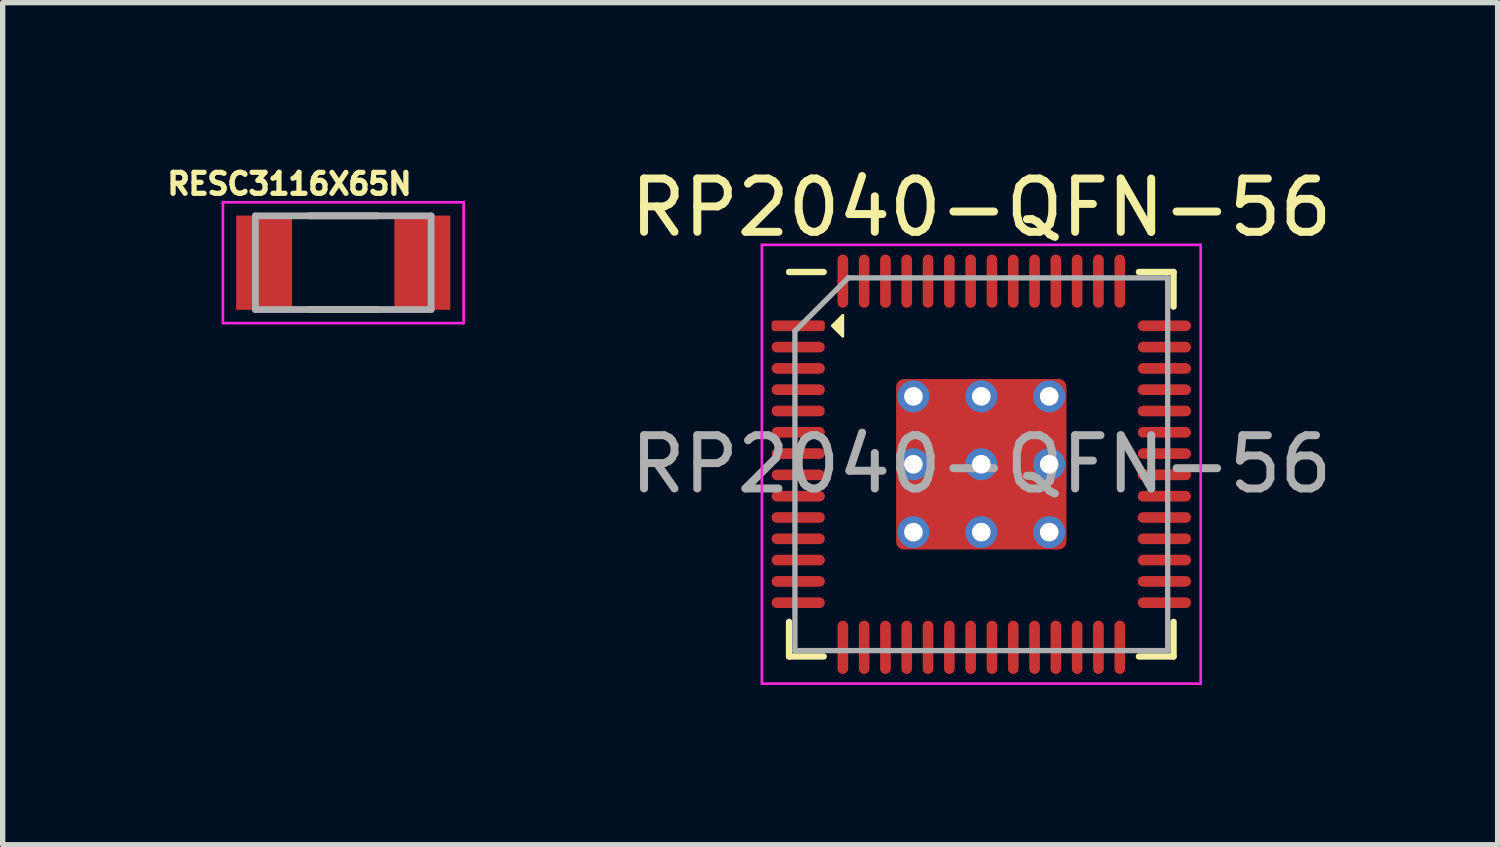
<source format=kicad_pcb>
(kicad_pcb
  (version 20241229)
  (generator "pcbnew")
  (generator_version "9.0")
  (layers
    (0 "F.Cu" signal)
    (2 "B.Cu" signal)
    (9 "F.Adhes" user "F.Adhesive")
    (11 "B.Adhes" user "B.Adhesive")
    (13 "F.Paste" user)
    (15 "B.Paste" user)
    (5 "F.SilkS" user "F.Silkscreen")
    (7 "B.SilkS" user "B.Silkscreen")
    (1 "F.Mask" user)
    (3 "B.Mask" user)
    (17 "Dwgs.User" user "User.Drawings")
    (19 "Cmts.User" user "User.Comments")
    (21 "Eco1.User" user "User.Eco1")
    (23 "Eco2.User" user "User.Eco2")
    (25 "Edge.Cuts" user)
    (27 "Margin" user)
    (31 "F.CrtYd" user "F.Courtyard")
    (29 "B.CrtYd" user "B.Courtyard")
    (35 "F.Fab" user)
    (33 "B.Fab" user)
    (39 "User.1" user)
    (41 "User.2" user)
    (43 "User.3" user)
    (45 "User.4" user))
  (footprint "RP2040-QFN-56"
    (layer "F.Cu")
    (at 15.378 5.668)
    (property "Reference" "RP2040-QFN-56" (at 0 -4.82 0) (layer "F.SilkS") (effects (font (size 1 1) (thickness 0.15))))
    (attr smd)
    (fp_line (start -3.61 3.61) (end -3.61 2.96) (stroke (width 0.12) (type solid)) (layer "F.SilkS"))
    (fp_line (start -2.96 -3.61) (end -3.61 -3.61) (stroke (width 0.12) (type solid)) (layer "F.SilkS"))
    (fp_line (start -2.96 3.61) (end -3.61 3.61) (stroke (width 0.12) (type solid)) (layer "F.SilkS"))
    (fp_line (start 2.96 -3.61) (end 3.61 -3.61) (stroke (width 0.12) (type solid)) (layer "F.SilkS"))
    (fp_line (start 2.96 3.61) (end 3.61 3.61) (stroke (width 0.12) (type solid)) (layer "F.SilkS"))
    (fp_line (start 3.61 -3.61) (end 3.61 -2.96) (stroke (width 0.12) (type solid)) (layer "F.SilkS"))
    (fp_line (start 3.61 3.61) (end 3.61 2.96) (stroke (width 0.12) (type solid)) (layer "F.SilkS"))
    (fp_poly (pts (xy -2.8 -2.6) (xy -2.6 -2.8) (xy -2.6 -2.4)) (stroke (width 0.05) (type solid)) (fill yes) (layer "F.SilkS"))
    (fp_line (start -4.12 -4.12) (end -4.12 4.12) (stroke (width 0.05) (type solid)) (layer "F.CrtYd"))
    (fp_line (start -4.12 4.12) (end 4.12 4.12) (stroke (width 0.05) (type solid)) (layer "F.CrtYd"))
    (fp_line (start 4.12 -4.12) (end -4.12 -4.12) (stroke (width 0.05) (type solid)) (layer "F.CrtYd"))
    (fp_line (start 4.12 4.12) (end 4.12 -4.12) (stroke (width 0.05) (type solid)) (layer "F.CrtYd"))
    (fp_line (start -3.5 -2.5) (end -2.5 -3.5) (stroke (width 0.1) (type solid)) (layer "F.Fab"))
    (fp_line (start -3.5 3.5) (end -3.5 -2.5) (stroke (width 0.1) (type solid)) (layer "F.Fab"))
    (fp_line (start -2.5 -3.5) (end 3.5 -3.5) (stroke (width 0.1) (type solid)) (layer "F.Fab"))
    (fp_line (start 3.5 -3.5) (end 3.5 3.5) (stroke (width 0.1) (type solid)) (layer "F.Fab"))
    (fp_line (start 3.5 3.5) (end -3.5 3.5) (stroke (width 0.1) (type solid)) (layer "F.Fab"))
    (fp_text user "${REFERENCE}" (at 0 0 0) (layer "F.Fab") (effects (font (size 1 1) (thickness 0.15))))
    (pad "" smd roundrect (at -0.637 -0.637) (size 1.084 1.084) (layers "F.Paste") (roundrect_rratio 0.231))
    (pad "" smd roundrect (at -0.637 0.637) (size 1.084 1.084) (layers "F.Paste") (roundrect_rratio 0.231))
    (pad "" smd roundrect (at 0.637 -0.637) (size 1.084 1.084) (layers "F.Paste") (roundrect_rratio 0.231))
    (pad "" smd roundrect (at 0.637 0.637) (size 1.084 1.084) (layers "F.Paste") (roundrect_rratio 0.231))
    (pad "1" smd roundrect (at -3.438 -2.6) (size 1 0.2) (layers "F.Cu" "F.Mask" "F.Paste") (roundrect_rratio 0.25))
    (pad "2" smd oval (at -3.438 -2.2) (size 1 0.2) (layers "F.Cu" "F.Mask" "F.Paste"))
    (pad "3" smd oval (at -3.438 -1.8) (size 1 0.2) (layers "F.Cu" "F.Mask" "F.Paste"))
    (pad "4" smd oval (at -3.438 -1.4) (size 1 0.2) (layers "F.Cu" "F.Mask" "F.Paste"))
    (pad "5" smd oval (at -3.438 -1) (size 1 0.2) (layers "F.Cu" "F.Mask" "F.Paste"))
    (pad "6" smd oval (at -3.438 -0.6) (size 1 0.2) (layers "F.Cu" "F.Mask" "F.Paste"))
    (pad "7" smd oval (at -3.438 -0.2) (size 1 0.2) (layers "F.Cu" "F.Mask" "F.Paste"))
    (pad "8" smd oval (at -3.438 0.2) (size 1 0.2) (layers "F.Cu" "F.Mask" "F.Paste"))
    (pad "9" smd oval (at -3.438 0.6) (size 1 0.2) (layers "F.Cu" "F.Mask" "F.Paste"))
    (pad "10" smd oval (at -3.438 1) (size 1 0.2) (layers "F.Cu" "F.Mask" "F.Paste"))
    (pad "11" smd oval (at -3.438 1.4) (size 1 0.2) (layers "F.Cu" "F.Mask" "F.Paste"))
    (pad "12" smd oval (at -3.438 1.8) (size 1 0.2) (layers "F.Cu" "F.Mask" "F.Paste"))
    (pad "13" smd oval (at -3.438 2.2) (size 1 0.2) (layers "F.Cu" "F.Mask" "F.Paste"))
    (pad "14" smd oval (at -3.438 2.6) (size 1 0.2) (layers "F.Cu" "F.Mask" "F.Paste"))
    (pad "15" smd oval (at -2.6 3.438) (size 0.2 1) (layers "F.Cu" "F.Mask" "F.Paste"))
    (pad "16" smd oval (at -2.2 3.438) (size 0.2 1) (layers "F.Cu" "F.Mask" "F.Paste"))
    (pad "17" smd oval (at -1.8 3.438) (size 0.2 1) (layers "F.Cu" "F.Mask" "F.Paste"))
    (pad "18" smd oval (at -1.4 3.438) (size 0.2 1) (layers "F.Cu" "F.Mask" "F.Paste"))
    (pad "19" smd oval (at -1 3.438) (size 0.2 1) (layers "F.Cu" "F.Mask" "F.Paste"))
    (pad "20" smd oval (at -0.6 3.438) (size 0.2 1) (layers "F.Cu" "F.Mask" "F.Paste"))
    (pad "21" smd oval (at -0.2 3.438) (size 0.2 1) (layers "F.Cu" "F.Mask" "F.Paste"))
    (pad "22" smd oval (at 0.2 3.438) (size 0.2 1) (layers "F.Cu" "F.Mask" "F.Paste"))
    (pad "23" smd oval (at 0.6 3.438) (size 0.2 1) (layers "F.Cu" "F.Mask" "F.Paste"))
    (pad "24" smd oval (at 1 3.438) (size 0.2 1) (layers "F.Cu" "F.Mask" "F.Paste"))
    (pad "25" smd oval (at 1.4 3.438) (size 0.2 1) (layers "F.Cu" "F.Mask" "F.Paste"))
    (pad "26" smd oval (at 1.8 3.438) (size 0.2 1) (layers "F.Cu" "F.Mask" "F.Paste"))
    (pad "27" smd oval (at 2.2 3.438) (size 0.2 1) (layers "F.Cu" "F.Mask" "F.Paste"))
    (pad "28" smd oval (at 2.6 3.438) (size 0.2 1) (layers "F.Cu" "F.Mask" "F.Paste"))
    (pad "29" smd oval (at 3.438 2.6) (size 1 0.2) (layers "F.Cu" "F.Mask" "F.Paste"))
    (pad "30" smd oval (at 3.438 2.2) (size 1 0.2) (layers "F.Cu" "F.Mask" "F.Paste"))
    (pad "31" smd oval (at 3.438 1.8) (size 1 0.2) (layers "F.Cu" "F.Mask" "F.Paste"))
    (pad "32" smd oval (at 3.438 1.4) (size 1 0.2) (layers "F.Cu" "F.Mask" "F.Paste"))
    (pad "33" smd oval (at 3.438 1) (size 1 0.2) (layers "F.Cu" "F.Mask" "F.Paste"))
    (pad "34" smd oval (at 3.438 0.6) (size 1 0.2) (layers "F.Cu" "F.Mask" "F.Paste"))
    (pad "35" smd oval (at 3.438 0.2) (size 1 0.2) (layers "F.Cu" "F.Mask" "F.Paste"))
    (pad "36" smd oval (at 3.438 -0.2) (size 1 0.2) (layers "F.Cu" "F.Mask" "F.Paste"))
    (pad "37" smd oval (at 3.438 -0.6) (size 1 0.2) (layers "F.Cu" "F.Mask" "F.Paste"))
    (pad "38" smd oval (at 3.438 -1) (size 1 0.2) (layers "F.Cu" "F.Mask" "F.Paste"))
    (pad "39" smd oval (at 3.438 -1.4) (size 1 0.2) (layers "F.Cu" "F.Mask" "F.Paste"))
    (pad "40" smd oval (at 3.438 -1.8) (size 1 0.2) (layers "F.Cu" "F.Mask" "F.Paste"))
    (pad "41" smd oval (at 3.438 -2.2) (size 1 0.2) (layers "F.Cu" "F.Mask" "F.Paste"))
    (pad "42" smd oval (at 3.438 -2.6) (size 1 0.2) (layers "F.Cu" "F.Mask" "F.Paste"))
    (pad "43" smd oval (at 2.6 -3.438) (size 0.2 1) (layers "F.Cu" "F.Mask" "F.Paste"))
    (pad "44" smd oval (at 2.2 -3.438) (size 0.2 1) (layers "F.Cu" "F.Mask" "F.Paste"))
    (pad "45" smd oval (at 1.8 -3.438) (size 0.2 1) (layers "F.Cu" "F.Mask" "F.Paste"))
    (pad "46" smd oval (at 1.4 -3.438) (size 0.2 1) (layers "F.Cu" "F.Mask" "F.Paste"))
    (pad "47" smd oval (at 1 -3.438) (size 0.2 1) (layers "F.Cu" "F.Mask" "F.Paste"))
    (pad "48" smd oval (at 0.6 -3.438) (size 0.2 1) (layers "F.Cu" "F.Mask" "F.Paste"))
    (pad "49" smd oval (at 0.2 -3.438) (size 0.2 1) (layers "F.Cu" "F.Mask" "F.Paste"))
    (pad "50" smd oval (at -0.2 -3.438) (size 0.2 1) (layers "F.Cu" "F.Mask" "F.Paste"))
    (pad "51" smd oval (at -0.6 -3.438) (size 0.2 1) (layers "F.Cu" "F.Mask" "F.Paste"))
    (pad "52" smd oval (at -1 -3.438) (size 0.2 1) (layers "F.Cu" "F.Mask" "F.Paste"))
    (pad "53" smd oval (at -1.4 -3.438) (size 0.2 1) (layers "F.Cu" "F.Mask" "F.Paste"))
    (pad "54" smd oval (at -1.8 -3.438) (size 0.2 1) (layers "F.Cu" "F.Mask" "F.Paste"))
    (pad "55" smd oval (at -2.2 -3.438) (size 0.2 1) (layers "F.Cu" "F.Mask" "F.Paste"))
    (pad "56" smd oval (at -2.6 -3.438) (size 0.2 1) (layers "F.Cu" "F.Mask" "F.Paste"))
    (pad "57" thru_hole circle (at -1.275 -1.275) (size 0.6 0.6) (drill 0.35) (layers "*.Cu"))
    (pad "57" thru_hole circle (at -1.275 0) (size 0.6 0.6) (drill 0.35) (layers "*.Cu"))
    (pad "57" thru_hole circle (at -1.275 1.275) (size 0.6 0.6) (drill 0.35) (layers "*.Cu"))
    (pad "57" thru_hole circle (at 0 -1.275) (size 0.6 0.6) (drill 0.35) (layers "*.Cu"))
    (pad "57" thru_hole circle (at 0 0) (size 0.6 0.6) (drill 0.35) (layers "*.Cu"))
    (pad "57" smd roundrect (at 0 0) (size 3.2 3.2) (layers "F.Cu" "F.Mask") (roundrect_rratio 0.045))
    (pad "57" thru_hole circle (at 0 1.275) (size 0.6 0.6) (drill 0.35) (layers "*.Cu"))
    (pad "57" thru_hole circle (at 1.275 -1.275) (size 0.6 0.6) (drill 0.35) (layers "*.Cu"))
    (pad "57" thru_hole circle (at 1.275 0) (size 0.6 0.6) (drill 0.35) (layers "*.Cu"))
    (pad "57" thru_hole circle (at 1.275 1.275) (size 0.6 0.6) (drill 0.35) (layers "*.Cu")))
  (footprint "RESC3116X65N"
    (layer "F.Cu")
    (at 3.396 1.883)
    (property "Reference" "RESC3116X65N" (at -1.01 -1.48 0) (layer "F.SilkS") (effects (font (size 0.394 0.394) (thickness 0.15))))
    (attr smd)
    (fp_line (start -0.64 -0.88) (end 0.64 -0.88) (stroke (width 0.127) (type solid)) (layer "F.SilkS"))
    (fp_line (start -0.64 0.88) (end 0.64 0.88) (stroke (width 0.127) (type solid)) (layer "F.SilkS"))
    (fp_line (start -2.26 -1.135) (end 2.26 -1.135) (stroke (width 0.05) (type solid)) (layer "F.CrtYd"))
    (fp_line (start -2.26 1.135) (end -2.26 -1.135) (stroke (width 0.05) (type solid)) (layer "F.CrtYd"))
    (fp_line (start -2.26 1.135) (end 2.26 1.135) (stroke (width 0.05) (type solid)) (layer "F.CrtYd"))
    (fp_line (start 2.26 1.135) (end 2.26 -1.135) (stroke (width 0.05) (type solid)) (layer "F.CrtYd"))
    (fp_line (start -1.65 0.88) (end -1.65 -0.88) (stroke (width 0.127) (type solid)) (layer "F.Fab"))
    (fp_line (start 1.65 -0.88) (end -1.65 -0.88) (stroke (width 0.127) (type solid)) (layer "F.Fab"))
    (fp_line (start 1.65 0.88) (end -1.65 0.88) (stroke (width 0.127) (type solid)) (layer "F.Fab"))
    (fp_line (start 1.65 0.88) (end 1.65 -0.88) (stroke (width 0.127) (type solid)) (layer "F.Fab"))
    (pad "1" smd rect (at -1.485 0) (size 1.05 1.77) (layers "F.Cu" "F.Mask" "F.Paste"))
    (pad "2" smd rect (at 1.485 0) (size 1.05 1.77) (layers "F.Cu" "F.Mask" "F.Paste")))
  (gr_rect
    (start -3 -3)
    (end 25.074 12.813)
    (stroke (width 0.1) (type default))
    (fill no)
    (layer "Edge.Cuts")))
</source>
